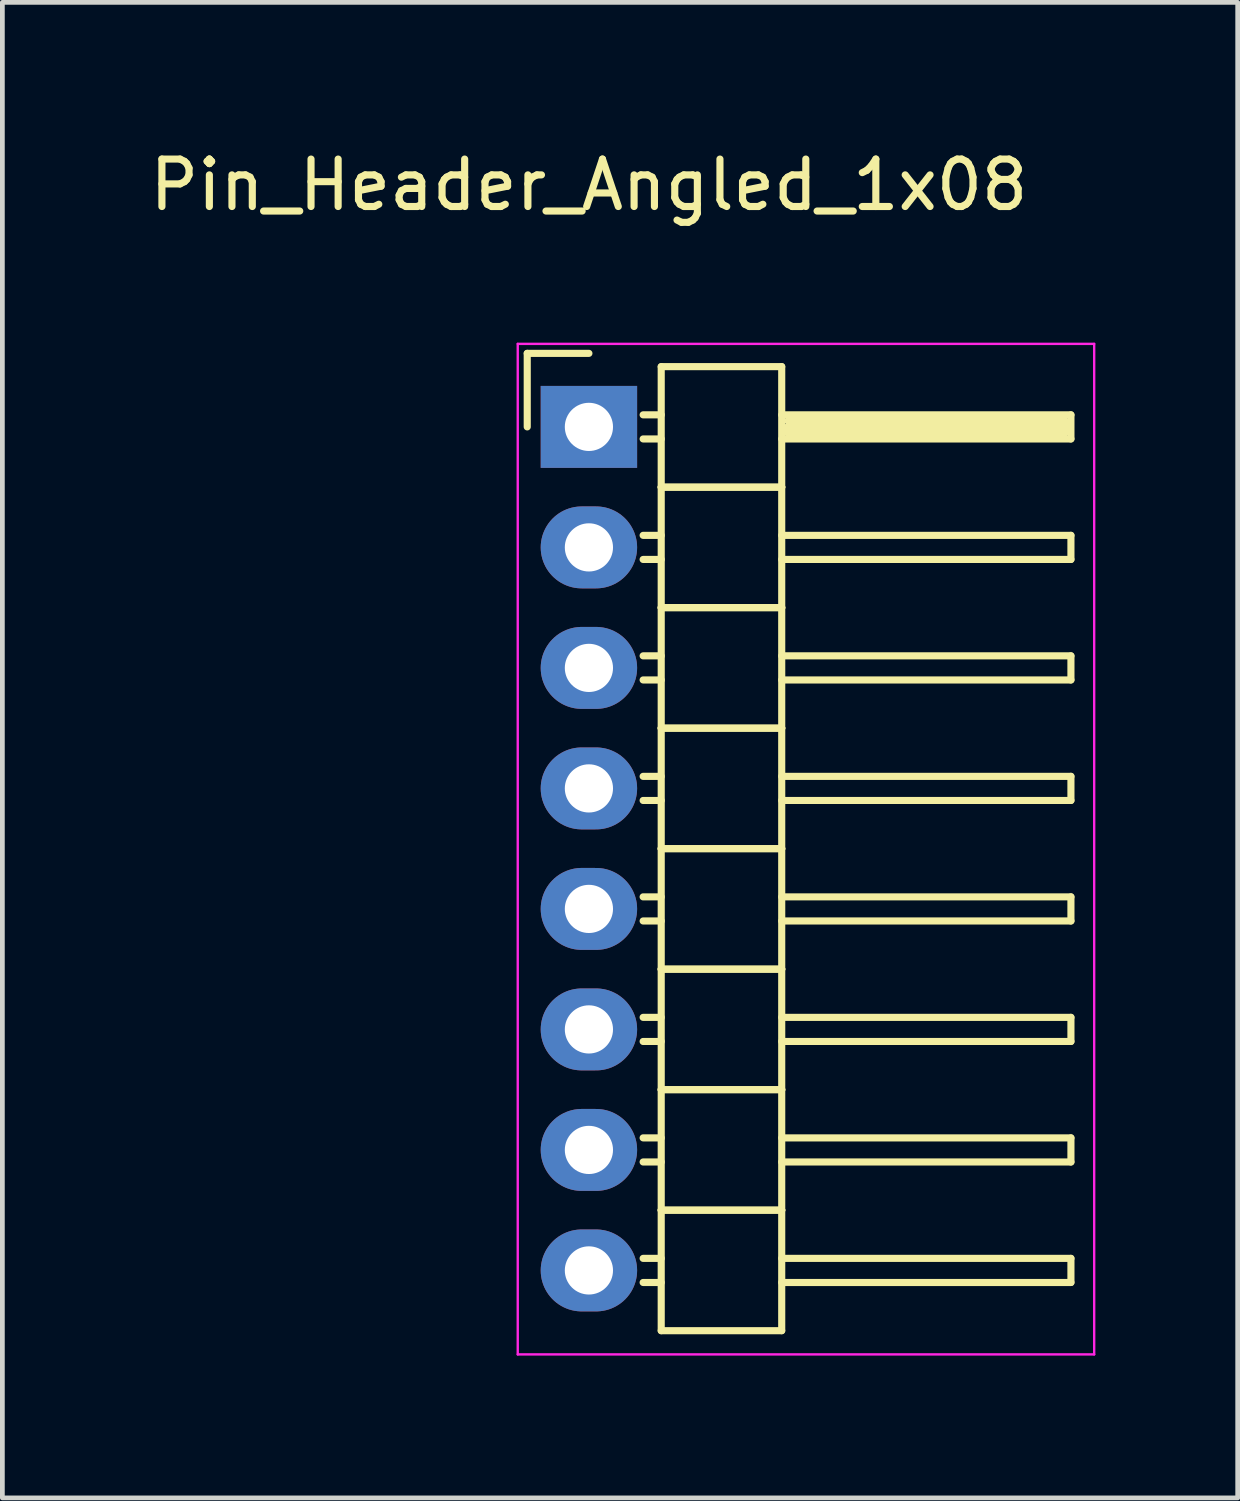
<source format=kicad_pcb>
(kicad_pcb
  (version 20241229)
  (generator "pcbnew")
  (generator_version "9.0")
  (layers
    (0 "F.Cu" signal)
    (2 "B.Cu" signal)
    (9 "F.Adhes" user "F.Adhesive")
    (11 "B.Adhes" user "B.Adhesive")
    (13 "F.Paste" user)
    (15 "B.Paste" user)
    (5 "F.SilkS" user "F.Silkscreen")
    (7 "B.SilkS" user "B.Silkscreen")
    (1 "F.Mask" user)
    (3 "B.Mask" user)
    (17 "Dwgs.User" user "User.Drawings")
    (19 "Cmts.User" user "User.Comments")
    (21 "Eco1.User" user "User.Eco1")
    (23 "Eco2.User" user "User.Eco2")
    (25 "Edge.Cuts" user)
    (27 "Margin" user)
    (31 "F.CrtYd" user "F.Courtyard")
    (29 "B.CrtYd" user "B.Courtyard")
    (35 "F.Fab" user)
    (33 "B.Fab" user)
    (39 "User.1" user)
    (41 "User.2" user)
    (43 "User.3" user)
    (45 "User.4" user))
  (footprint "Pin_Header_Angled_1x08"
    (layer "F.Cu")
    (at 9.363 5.948)
    (property "Reference" "Pin_Header_Angled_1x08" (at 0 -5.1 0) (layer "F.SilkS") (effects (font (size 1 1) (thickness 0.15))))
    (attr through_hole)
    (fp_line (start -1.3 -1.55) (end -1.3 0) (stroke (width 0.15) (type solid)) (layer "F.SilkS"))
    (fp_line (start 0 -1.55) (end -1.3 -1.55) (stroke (width 0.15) (type solid)) (layer "F.SilkS"))
    (fp_line (start 1.524 -1.27) (end 1.524 1.27) (stroke (width 0.15) (type solid)) (layer "F.SilkS"))
    (fp_line (start 1.524 -1.27) (end 4.064 -1.27) (stroke (width 0.15) (type solid)) (layer "F.SilkS"))
    (fp_line (start 1.524 -0.254) (end 1.143 -0.254) (stroke (width 0.15) (type solid)) (layer "F.SilkS"))
    (fp_line (start 1.524 0.254) (end 1.143 0.254) (stroke (width 0.15) (type solid)) (layer "F.SilkS"))
    (fp_line (start 1.524 1.27) (end 1.524 3.81) (stroke (width 0.15) (type solid)) (layer "F.SilkS"))
    (fp_line (start 1.524 1.27) (end 4.064 1.27) (stroke (width 0.15) (type solid)) (layer "F.SilkS"))
    (fp_line (start 1.524 1.27) (end 4.064 1.27) (stroke (width 0.15) (type solid)) (layer "F.SilkS"))
    (fp_line (start 1.524 2.286) (end 1.143 2.286) (stroke (width 0.15) (type solid)) (layer "F.SilkS"))
    (fp_line (start 1.524 2.794) (end 1.143 2.794) (stroke (width 0.15) (type solid)) (layer "F.SilkS"))
    (fp_line (start 1.524 3.81) (end 1.524 6.35) (stroke (width 0.15) (type solid)) (layer "F.SilkS"))
    (fp_line (start 1.524 3.81) (end 4.064 3.81) (stroke (width 0.15) (type solid)) (layer "F.SilkS"))
    (fp_line (start 1.524 3.81) (end 4.064 3.81) (stroke (width 0.15) (type solid)) (layer "F.SilkS"))
    (fp_line (start 1.524 4.826) (end 1.143 4.826) (stroke (width 0.15) (type solid)) (layer "F.SilkS"))
    (fp_line (start 1.524 5.334) (end 1.143 5.334) (stroke (width 0.15) (type solid)) (layer "F.SilkS"))
    (fp_line (start 1.524 6.35) (end 1.524 8.89) (stroke (width 0.15) (type solid)) (layer "F.SilkS"))
    (fp_line (start 1.524 6.35) (end 4.064 6.35) (stroke (width 0.15) (type solid)) (layer "F.SilkS"))
    (fp_line (start 1.524 6.35) (end 4.064 6.35) (stroke (width 0.15) (type solid)) (layer "F.SilkS"))
    (fp_line (start 1.524 7.366) (end 1.143 7.366) (stroke (width 0.15) (type solid)) (layer "F.SilkS"))
    (fp_line (start 1.524 7.874) (end 1.143 7.874) (stroke (width 0.15) (type solid)) (layer "F.SilkS"))
    (fp_line (start 1.524 8.89) (end 1.524 11.43) (stroke (width 0.15) (type solid)) (layer "F.SilkS"))
    (fp_line (start 1.524 8.89) (end 4.064 8.89) (stroke (width 0.15) (type solid)) (layer "F.SilkS"))
    (fp_line (start 1.524 8.89) (end 4.064 8.89) (stroke (width 0.15) (type solid)) (layer "F.SilkS"))
    (fp_line (start 1.524 9.906) (end 1.143 9.906) (stroke (width 0.15) (type solid)) (layer "F.SilkS"))
    (fp_line (start 1.524 10.414) (end 1.143 10.414) (stroke (width 0.15) (type solid)) (layer "F.SilkS"))
    (fp_line (start 1.524 11.43) (end 1.524 13.97) (stroke (width 0.15) (type solid)) (layer "F.SilkS"))
    (fp_line (start 1.524 11.43) (end 4.064 11.43) (stroke (width 0.15) (type solid)) (layer "F.SilkS"))
    (fp_line (start 1.524 11.43) (end 4.064 11.43) (stroke (width 0.15) (type solid)) (layer "F.SilkS"))
    (fp_line (start 1.524 12.446) (end 1.143 12.446) (stroke (width 0.15) (type solid)) (layer "F.SilkS"))
    (fp_line (start 1.524 12.954) (end 1.143 12.954) (stroke (width 0.15) (type solid)) (layer "F.SilkS"))
    (fp_line (start 1.524 13.97) (end 1.524 16.51) (stroke (width 0.15) (type solid)) (layer "F.SilkS"))
    (fp_line (start 1.524 13.97) (end 4.064 13.97) (stroke (width 0.15) (type solid)) (layer "F.SilkS"))
    (fp_line (start 1.524 13.97) (end 4.064 13.97) (stroke (width 0.15) (type solid)) (layer "F.SilkS"))
    (fp_line (start 1.524 14.986) (end 1.143 14.986) (stroke (width 0.15) (type solid)) (layer "F.SilkS"))
    (fp_line (start 1.524 15.494) (end 1.143 15.494) (stroke (width 0.15) (type solid)) (layer "F.SilkS"))
    (fp_line (start 1.524 16.51) (end 1.524 19.05) (stroke (width 0.15) (type solid)) (layer "F.SilkS"))
    (fp_line (start 1.524 16.51) (end 4.064 16.51) (stroke (width 0.15) (type solid)) (layer "F.SilkS"))
    (fp_line (start 1.524 16.51) (end 4.064 16.51) (stroke (width 0.15) (type solid)) (layer "F.SilkS"))
    (fp_line (start 1.524 17.526) (end 1.143 17.526) (stroke (width 0.15) (type solid)) (layer "F.SilkS"))
    (fp_line (start 1.524 18.034) (end 1.143 18.034) (stroke (width 0.15) (type solid)) (layer "F.SilkS"))
    (fp_line (start 1.524 19.05) (end 4.064 19.05) (stroke (width 0.15) (type solid)) (layer "F.SilkS"))
    (fp_line (start 4.064 -0.254) (end 10.16 -0.254) (stroke (width 0.15) (type solid)) (layer "F.SilkS"))
    (fp_line (start 4.064 1.27) (end 4.064 -1.27) (stroke (width 0.15) (type solid)) (layer "F.SilkS"))
    (fp_line (start 4.064 2.286) (end 10.16 2.286) (stroke (width 0.15) (type solid)) (layer "F.SilkS"))
    (fp_line (start 4.064 3.81) (end 4.064 1.27) (stroke (width 0.15) (type solid)) (layer "F.SilkS"))
    (fp_line (start 4.064 4.826) (end 10.16 4.826) (stroke (width 0.15) (type solid)) (layer "F.SilkS"))
    (fp_line (start 4.064 6.35) (end 4.064 3.81) (stroke (width 0.15) (type solid)) (layer "F.SilkS"))
    (fp_line (start 4.064 7.366) (end 10.16 7.366) (stroke (width 0.15) (type solid)) (layer "F.SilkS"))
    (fp_line (start 4.064 8.89) (end 4.064 6.35) (stroke (width 0.15) (type solid)) (layer "F.SilkS"))
    (fp_line (start 4.064 9.906) (end 10.16 9.906) (stroke (width 0.15) (type solid)) (layer "F.SilkS"))
    (fp_line (start 4.064 11.43) (end 4.064 8.89) (stroke (width 0.15) (type solid)) (layer "F.SilkS"))
    (fp_line (start 4.064 12.446) (end 10.16 12.446) (stroke (width 0.15) (type solid)) (layer "F.SilkS"))
    (fp_line (start 4.064 13.97) (end 4.064 11.43) (stroke (width 0.15) (type solid)) (layer "F.SilkS"))
    (fp_line (start 4.064 14.986) (end 10.16 14.986) (stroke (width 0.15) (type solid)) (layer "F.SilkS"))
    (fp_line (start 4.064 16.51) (end 4.064 13.97) (stroke (width 0.15) (type solid)) (layer "F.SilkS"))
    (fp_line (start 4.064 17.526) (end 10.16 17.526) (stroke (width 0.15) (type solid)) (layer "F.SilkS"))
    (fp_line (start 4.064 19.05) (end 4.064 16.51) (stroke (width 0.15) (type solid)) (layer "F.SilkS"))
    (fp_line (start 4.191 -0.127) (end 10.033 -0.127) (stroke (width 0.15) (type solid)) (layer "F.SilkS"))
    (fp_line (start 4.191 0) (end 10.033 0) (stroke (width 0.15) (type solid)) (layer "F.SilkS"))
    (fp_line (start 4.191 0.127) (end 4.191 0) (stroke (width 0.15) (type solid)) (layer "F.SilkS"))
    (fp_line (start 10.033 -0.127) (end 10.033 0.127) (stroke (width 0.15) (type solid)) (layer "F.SilkS"))
    (fp_line (start 10.033 0.127) (end 4.191 0.127) (stroke (width 0.15) (type solid)) (layer "F.SilkS"))
    (fp_line (start 10.16 -0.254) (end 10.16 0.254) (stroke (width 0.15) (type solid)) (layer "F.SilkS"))
    (fp_line (start 10.16 0.254) (end 4.064 0.254) (stroke (width 0.15) (type solid)) (layer "F.SilkS"))
    (fp_line (start 10.16 2.286) (end 10.16 2.794) (stroke (width 0.15) (type solid)) (layer "F.SilkS"))
    (fp_line (start 10.16 2.794) (end 4.064 2.794) (stroke (width 0.15) (type solid)) (layer "F.SilkS"))
    (fp_line (start 10.16 4.826) (end 10.16 5.334) (stroke (width 0.15) (type solid)) (layer "F.SilkS"))
    (fp_line (start 10.16 5.334) (end 4.064 5.334) (stroke (width 0.15) (type solid)) (layer "F.SilkS"))
    (fp_line (start 10.16 7.366) (end 10.16 7.874) (stroke (width 0.15) (type solid)) (layer "F.SilkS"))
    (fp_line (start 10.16 7.874) (end 4.064 7.874) (stroke (width 0.15) (type solid)) (layer "F.SilkS"))
    (fp_line (start 10.16 9.906) (end 10.16 10.414) (stroke (width 0.15) (type solid)) (layer "F.SilkS"))
    (fp_line (start 10.16 10.414) (end 4.064 10.414) (stroke (width 0.15) (type solid)) (layer "F.SilkS"))
    (fp_line (start 10.16 12.446) (end 10.16 12.954) (stroke (width 0.15) (type solid)) (layer "F.SilkS"))
    (fp_line (start 10.16 12.954) (end 4.064 12.954) (stroke (width 0.15) (type solid)) (layer "F.SilkS"))
    (fp_line (start 10.16 14.986) (end 10.16 15.494) (stroke (width 0.15) (type solid)) (layer "F.SilkS"))
    (fp_line (start 10.16 15.494) (end 4.064 15.494) (stroke (width 0.15) (type solid)) (layer "F.SilkS"))
    (fp_line (start 10.16 17.526) (end 10.16 18.034) (stroke (width 0.15) (type solid)) (layer "F.SilkS"))
    (fp_line (start 10.16 18.034) (end 4.064 18.034) (stroke (width 0.15) (type solid)) (layer "F.SilkS"))
    (fp_line (start -1.5 -1.75) (end -1.5 19.55) (stroke (width 0.05) (type solid)) (layer "F.CrtYd"))
    (fp_line (start -1.5 -1.75) (end 10.65 -1.75) (stroke (width 0.05) (type solid)) (layer "F.CrtYd"))
    (fp_line (start -1.5 19.55) (end 10.65 19.55) (stroke (width 0.05) (type solid)) (layer "F.CrtYd"))
    (fp_line (start 10.65 -1.75) (end 10.65 19.55) (stroke (width 0.05) (type solid)) (layer "F.CrtYd"))
    (pad "1" thru_hole rect (at 0 0) (size 2.032 1.727) (drill 1.016) (layers "*.Cu" "*.Mask"))
    (pad "2" thru_hole oval (at 0 2.54) (size 2.032 1.727) (drill 1.016) (layers "*.Cu" "*.Mask"))
    (pad "3" thru_hole oval (at 0 5.08) (size 2.032 1.727) (drill 1.016) (layers "*.Cu" "*.Mask"))
    (pad "4" thru_hole oval (at 0 7.62) (size 2.032 1.727) (drill 1.016) (layers "*.Cu" "*.Mask"))
    (pad "5" thru_hole oval (at 0 10.16) (size 2.032 1.727) (drill 1.016) (layers "*.Cu" "*.Mask"))
    (pad "6" thru_hole oval (at 0 12.7) (size 2.032 1.727) (drill 1.016) (layers "*.Cu" "*.Mask"))
    (pad "7" thru_hole oval (at 0 15.24) (size 2.032 1.727) (drill 1.016) (layers "*.Cu" "*.Mask"))
    (pad "8" thru_hole oval (at 0 17.78) (size 2.032 1.727) (drill 1.016) (layers "*.Cu" "*.Mask")))
  (gr_rect
    (start -3 -3)
    (end 23.038 28.523)
    (stroke (width 0.1) (type default))
    (fill no)
    (layer "Edge.Cuts")))
</source>
